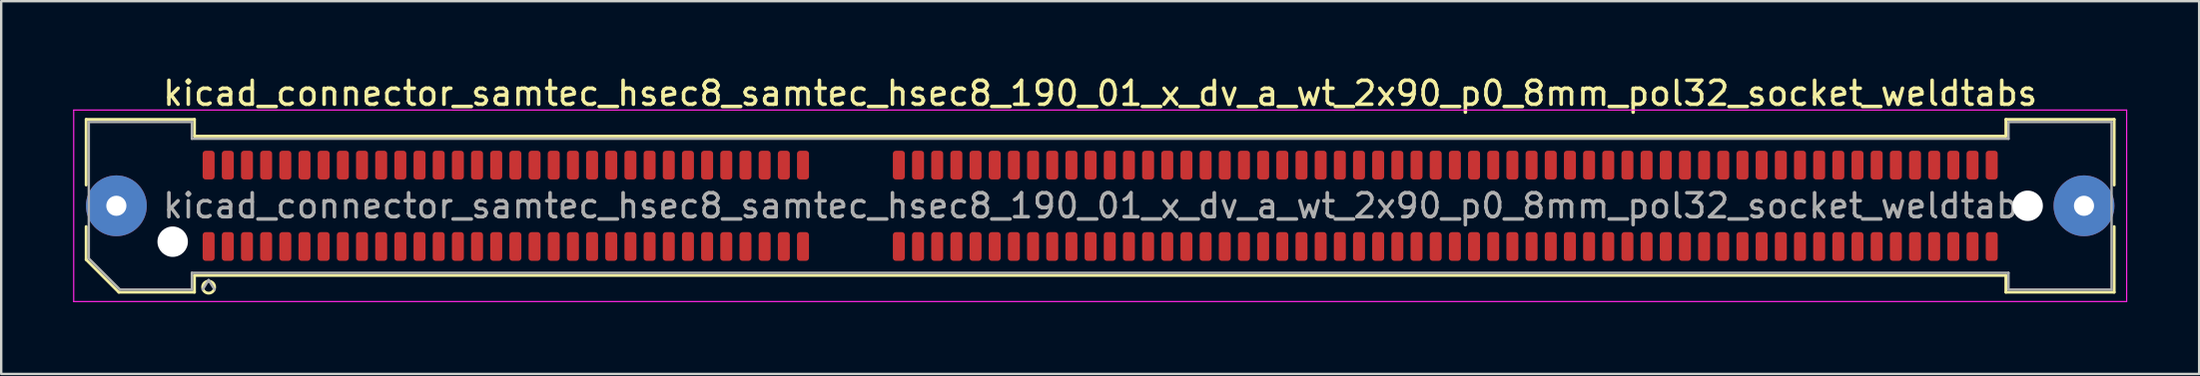
<source format=kicad_pcb>
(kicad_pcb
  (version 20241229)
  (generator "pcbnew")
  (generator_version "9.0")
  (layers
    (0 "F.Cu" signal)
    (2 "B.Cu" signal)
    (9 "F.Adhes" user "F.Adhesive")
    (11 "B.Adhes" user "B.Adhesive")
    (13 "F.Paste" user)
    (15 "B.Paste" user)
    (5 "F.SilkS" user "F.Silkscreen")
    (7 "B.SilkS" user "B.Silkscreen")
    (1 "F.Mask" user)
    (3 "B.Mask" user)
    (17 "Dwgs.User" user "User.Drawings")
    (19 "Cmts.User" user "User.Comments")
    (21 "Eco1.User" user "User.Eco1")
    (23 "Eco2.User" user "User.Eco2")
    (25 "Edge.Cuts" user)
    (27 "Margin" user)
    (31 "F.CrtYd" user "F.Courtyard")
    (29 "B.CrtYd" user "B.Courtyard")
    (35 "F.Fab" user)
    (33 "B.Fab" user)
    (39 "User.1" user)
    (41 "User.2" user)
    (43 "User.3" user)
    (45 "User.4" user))
  (footprint "kicad_connector_samtec_hsec8_samtec_hsec8_190_01_x_dv_a_wt_2x90_p0_8mm_pol32_socket_weldtabs"
    (layer "F.Cu")
    (at 42.855 5.548)
    (property "Reference" "kicad_connector_samtec_hsec8_samtec_hsec8_190_01_x_dv_a_wt_2x90_p0_8mm_pol32_socket_weldtabs" (at 0 -4.7 0) (layer "F.SilkS") (effects (font (size 1 1) (thickness 0.15))))
    (attr smd)
    (fp_line (start -42.31 -3.61) (end -37.79 -3.61) (stroke (width 0.12) (type solid)) (layer "F.SilkS"))
    (fp_line (start -42.31 -0.868) (end -42.31 -3.61) (stroke (width 0.12) (type solid)) (layer "F.SilkS"))
    (fp_line (start -42.31 2.246) (end -42.31 0.868) (stroke (width 0.12) (type solid)) (layer "F.SilkS"))
    (fp_line (start -40.946 3.61) (end -42.31 2.246) (stroke (width 0.12) (type solid)) (layer "F.SilkS"))
    (fp_line (start -37.79 -3.61) (end -37.79 -2.91) (stroke (width 0.12) (type solid)) (layer "F.SilkS"))
    (fp_line (start -37.79 -2.91) (end 37.79 -2.91) (stroke (width 0.12) (type solid)) (layer "F.SilkS"))
    (fp_line (start -37.79 2.91) (end -37.79 3.61) (stroke (width 0.12) (type solid)) (layer "F.SilkS"))
    (fp_line (start -37.79 3.61) (end -40.946 3.61) (stroke (width 0.12) (type solid)) (layer "F.SilkS"))
    (fp_line (start 37.79 -3.61) (end 42.31 -3.61) (stroke (width 0.12) (type solid)) (layer "F.SilkS"))
    (fp_line (start 37.79 -2.91) (end 37.79 -3.61) (stroke (width 0.12) (type solid)) (layer "F.SilkS"))
    (fp_line (start 37.79 2.91) (end -37.79 2.91) (stroke (width 0.12) (type solid)) (layer "F.SilkS"))
    (fp_line (start 37.79 3.61) (end 37.79 2.91) (stroke (width 0.12) (type solid)) (layer "F.SilkS"))
    (fp_line (start 42.31 -3.61) (end 42.31 -0.868) (stroke (width 0.12) (type solid)) (layer "F.SilkS"))
    (fp_line (start 42.31 0.868) (end 42.31 3.61) (stroke (width 0.12) (type solid)) (layer "F.SilkS"))
    (fp_line (start 42.31 3.61) (end 37.79 3.61) (stroke (width 0.12) (type solid)) (layer "F.SilkS"))
    (fp_arc (start -36.95 3.4) (mid -37.45 3.4) (end -36.95 3.4) (stroke (width 0.12) (type solid)) (layer "F.SilkS"))
    (fp_line (start -42.83 -4) (end -42.83 4) (stroke (width 0.05) (type solid)) (layer "F.CrtYd"))
    (fp_line (start -42.83 4) (end 42.83 4) (stroke (width 0.05) (type solid)) (layer "F.CrtYd"))
    (fp_line (start 42.83 -4) (end -42.83 -4) (stroke (width 0.05) (type solid)) (layer "F.CrtYd"))
    (fp_line (start 42.83 4) (end 42.83 -4) (stroke (width 0.05) (type solid)) (layer "F.CrtYd"))
    (fp_line (start -42.2 -3.5) (end -37.9 -3.5) (stroke (width 0.1) (type solid)) (layer "F.Fab"))
    (fp_line (start -42.2 2.2) (end -42.2 -3.5) (stroke (width 0.1) (type solid)) (layer "F.Fab"))
    (fp_line (start -40.9 3.5) (end -42.2 2.2) (stroke (width 0.1) (type solid)) (layer "F.Fab"))
    (fp_line (start -37.9 -3.5) (end -37.9 -2.8) (stroke (width 0.1) (type solid)) (layer "F.Fab"))
    (fp_line (start -37.9 -2.8) (end 37.9 -2.8) (stroke (width 0.1) (type solid)) (layer "F.Fab"))
    (fp_line (start -37.9 2.8) (end -37.9 3.5) (stroke (width 0.1) (type solid)) (layer "F.Fab"))
    (fp_line (start -37.9 3.5) (end -40.9 3.5) (stroke (width 0.1) (type solid)) (layer "F.Fab"))
    (fp_line (start -37.2 3.1) (end -37.45 3.5) (stroke (width 0.1) (type solid)) (layer "F.Fab"))
    (fp_line (start -37.2 3.1) (end -36.95 3.5) (stroke (width 0.1) (type solid)) (layer "F.Fab"))
    (fp_line (start 37.9 -3.5) (end 42.2 -3.5) (stroke (width 0.1) (type solid)) (layer "F.Fab"))
    (fp_line (start 37.9 -2.8) (end 37.9 -3.5) (stroke (width 0.1) (type solid)) (layer "F.Fab"))
    (fp_line (start 37.9 2.8) (end -37.9 2.8) (stroke (width 0.1) (type solid)) (layer "F.Fab"))
    (fp_line (start 37.9 3.5) (end 37.9 2.8) (stroke (width 0.1) (type solid)) (layer "F.Fab"))
    (fp_line (start 42.2 -3.5) (end 42.2 3.5) (stroke (width 0.1) (type solid)) (layer "F.Fab"))
    (fp_line (start 42.2 3.5) (end 37.9 3.5) (stroke (width 0.1) (type solid)) (layer "F.Fab"))
    (fp_text user "${REFERENCE}" (at 0 0 0) (layer "F.Fab") (effects (font (size 1 1) (thickness 0.15))))
    (pad "" thru_hole circle (at -41.05 0) (size 2.54 2.54) (drill 0.84) (layers "*.Cu" "*.Mask" "F.Paste"))
    (pad "" np_thru_hole circle (at -38.7 1.5) (size 1.27 1.27) (drill 1.27) (layers "*.Cu" "*.Mask"))
    (pad "" np_thru_hole circle (at 38.7 0) (size 1.27 1.27) (drill 1.27) (layers "*.Cu" "*.Mask"))
    (pad "" thru_hole circle (at 41.05 0) (size 2.54 2.54) (drill 0.84) (layers "*.Cu" "*.Mask" "F.Paste"))
    (pad "1" smd roundrect (at -37.2 1.7) (size 0.5 1.2) (layers "F.Cu" "F.Mask" "F.Paste") (roundrect_rratio 0.25))
    (pad "2" smd roundrect (at -37.2 -1.7) (size 0.5 1.2) (layers "F.Cu" "F.Mask" "F.Paste") (roundrect_rratio 0.25))
    (pad "3" smd roundrect (at -36.4 1.7) (size 0.5 1.2) (layers "F.Cu" "F.Mask" "F.Paste") (roundrect_rratio 0.25))
    (pad "4" smd roundrect (at -36.4 -1.7) (size 0.5 1.2) (layers "F.Cu" "F.Mask" "F.Paste") (roundrect_rratio 0.25))
    (pad "5" smd roundrect (at -35.6 1.7) (size 0.5 1.2) (layers "F.Cu" "F.Mask" "F.Paste") (roundrect_rratio 0.25))
    (pad "6" smd roundrect (at -35.6 -1.7) (size 0.5 1.2) (layers "F.Cu" "F.Mask" "F.Paste") (roundrect_rratio 0.25))
    (pad "7" smd roundrect (at -34.8 1.7) (size 0.5 1.2) (layers "F.Cu" "F.Mask" "F.Paste") (roundrect_rratio 0.25))
    (pad "8" smd roundrect (at -34.8 -1.7) (size 0.5 1.2) (layers "F.Cu" "F.Mask" "F.Paste") (roundrect_rratio 0.25))
    (pad "9" smd roundrect (at -34 1.7) (size 0.5 1.2) (layers "F.Cu" "F.Mask" "F.Paste") (roundrect_rratio 0.25))
    (pad "10" smd roundrect (at -34 -1.7) (size 0.5 1.2) (layers "F.Cu" "F.Mask" "F.Paste") (roundrect_rratio 0.25))
    (pad "11" smd roundrect (at -33.2 1.7) (size 0.5 1.2) (layers "F.Cu" "F.Mask" "F.Paste") (roundrect_rratio 0.25))
    (pad "12" smd roundrect (at -33.2 -1.7) (size 0.5 1.2) (layers "F.Cu" "F.Mask" "F.Paste") (roundrect_rratio 0.25))
    (pad "13" smd roundrect (at -32.4 1.7) (size 0.5 1.2) (layers "F.Cu" "F.Mask" "F.Paste") (roundrect_rratio 0.25))
    (pad "14" smd roundrect (at -32.4 -1.7) (size 0.5 1.2) (layers "F.Cu" "F.Mask" "F.Paste") (roundrect_rratio 0.25))
    (pad "15" smd roundrect (at -31.6 1.7) (size 0.5 1.2) (layers "F.Cu" "F.Mask" "F.Paste") (roundrect_rratio 0.25))
    (pad "16" smd roundrect (at -31.6 -1.7) (size 0.5 1.2) (layers "F.Cu" "F.Mask" "F.Paste") (roundrect_rratio 0.25))
    (pad "17" smd roundrect (at -30.8 1.7) (size 0.5 1.2) (layers "F.Cu" "F.Mask" "F.Paste") (roundrect_rratio 0.25))
    (pad "18" smd roundrect (at -30.8 -1.7) (size 0.5 1.2) (layers "F.Cu" "F.Mask" "F.Paste") (roundrect_rratio 0.25))
    (pad "19" smd roundrect (at -30 1.7) (size 0.5 1.2) (layers "F.Cu" "F.Mask" "F.Paste") (roundrect_rratio 0.25))
    (pad "20" smd roundrect (at -30 -1.7) (size 0.5 1.2) (layers "F.Cu" "F.Mask" "F.Paste") (roundrect_rratio 0.25))
    (pad "21" smd roundrect (at -29.2 1.7) (size 0.5 1.2) (layers "F.Cu" "F.Mask" "F.Paste") (roundrect_rratio 0.25))
    (pad "22" smd roundrect (at -29.2 -1.7) (size 0.5 1.2) (layers "F.Cu" "F.Mask" "F.Paste") (roundrect_rratio 0.25))
    (pad "23" smd roundrect (at -28.4 1.7) (size 0.5 1.2) (layers "F.Cu" "F.Mask" "F.Paste") (roundrect_rratio 0.25))
    (pad "24" smd roundrect (at -28.4 -1.7) (size 0.5 1.2) (layers "F.Cu" "F.Mask" "F.Paste") (roundrect_rratio 0.25))
    (pad "25" smd roundrect (at -27.6 1.7) (size 0.5 1.2) (layers "F.Cu" "F.Mask" "F.Paste") (roundrect_rratio 0.25))
    (pad "26" smd roundrect (at -27.6 -1.7) (size 0.5 1.2) (layers "F.Cu" "F.Mask" "F.Paste") (roundrect_rratio 0.25))
    (pad "27" smd roundrect (at -26.8 1.7) (size 0.5 1.2) (layers "F.Cu" "F.Mask" "F.Paste") (roundrect_rratio 0.25))
    (pad "28" smd roundrect (at -26.8 -1.7) (size 0.5 1.2) (layers "F.Cu" "F.Mask" "F.Paste") (roundrect_rratio 0.25))
    (pad "29" smd roundrect (at -26 1.7) (size 0.5 1.2) (layers "F.Cu" "F.Mask" "F.Paste") (roundrect_rratio 0.25))
    (pad "30" smd roundrect (at -26 -1.7) (size 0.5 1.2) (layers "F.Cu" "F.Mask" "F.Paste") (roundrect_rratio 0.25))
    (pad "31" smd roundrect (at -25.2 1.7) (size 0.5 1.2) (layers "F.Cu" "F.Mask" "F.Paste") (roundrect_rratio 0.25))
    (pad "32" smd roundrect (at -25.2 -1.7) (size 0.5 1.2) (layers "F.Cu" "F.Mask" "F.Paste") (roundrect_rratio 0.25))
    (pad "33" smd roundrect (at -24.4 1.7) (size 0.5 1.2) (layers "F.Cu" "F.Mask" "F.Paste") (roundrect_rratio 0.25))
    (pad "34" smd roundrect (at -24.4 -1.7) (size 0.5 1.2) (layers "F.Cu" "F.Mask" "F.Paste") (roundrect_rratio 0.25))
    (pad "35" smd roundrect (at -23.6 1.7) (size 0.5 1.2) (layers "F.Cu" "F.Mask" "F.Paste") (roundrect_rratio 0.25))
    (pad "36" smd roundrect (at -23.6 -1.7) (size 0.5 1.2) (layers "F.Cu" "F.Mask" "F.Paste") (roundrect_rratio 0.25))
    (pad "37" smd roundrect (at -22.8 1.7) (size 0.5 1.2) (layers "F.Cu" "F.Mask" "F.Paste") (roundrect_rratio 0.25))
    (pad "38" smd roundrect (at -22.8 -1.7) (size 0.5 1.2) (layers "F.Cu" "F.Mask" "F.Paste") (roundrect_rratio 0.25))
    (pad "39" smd roundrect (at -22 1.7) (size 0.5 1.2) (layers "F.Cu" "F.Mask" "F.Paste") (roundrect_rratio 0.25))
    (pad "40" smd roundrect (at -22 -1.7) (size 0.5 1.2) (layers "F.Cu" "F.Mask" "F.Paste") (roundrect_rratio 0.25))
    (pad "41" smd roundrect (at -21.2 1.7) (size 0.5 1.2) (layers "F.Cu" "F.Mask" "F.Paste") (roundrect_rratio 0.25))
    (pad "42" smd roundrect (at -21.2 -1.7) (size 0.5 1.2) (layers "F.Cu" "F.Mask" "F.Paste") (roundrect_rratio 0.25))
    (pad "43" smd roundrect (at -20.4 1.7) (size 0.5 1.2) (layers "F.Cu" "F.Mask" "F.Paste") (roundrect_rratio 0.25))
    (pad "44" smd roundrect (at -20.4 -1.7) (size 0.5 1.2) (layers "F.Cu" "F.Mask" "F.Paste") (roundrect_rratio 0.25))
    (pad "45" smd roundrect (at -19.6 1.7) (size 0.5 1.2) (layers "F.Cu" "F.Mask" "F.Paste") (roundrect_rratio 0.25))
    (pad "46" smd roundrect (at -19.6 -1.7) (size 0.5 1.2) (layers "F.Cu" "F.Mask" "F.Paste") (roundrect_rratio 0.25))
    (pad "47" smd roundrect (at -18.8 1.7) (size 0.5 1.2) (layers "F.Cu" "F.Mask" "F.Paste") (roundrect_rratio 0.25))
    (pad "48" smd roundrect (at -18.8 -1.7) (size 0.5 1.2) (layers "F.Cu" "F.Mask" "F.Paste") (roundrect_rratio 0.25))
    (pad "49" smd roundrect (at -18 1.7) (size 0.5 1.2) (layers "F.Cu" "F.Mask" "F.Paste") (roundrect_rratio 0.25))
    (pad "50" smd roundrect (at -18 -1.7) (size 0.5 1.2) (layers "F.Cu" "F.Mask" "F.Paste") (roundrect_rratio 0.25))
    (pad "51" smd roundrect (at -17.2 1.7) (size 0.5 1.2) (layers "F.Cu" "F.Mask" "F.Paste") (roundrect_rratio 0.25))
    (pad "52" smd roundrect (at -17.2 -1.7) (size 0.5 1.2) (layers "F.Cu" "F.Mask" "F.Paste") (roundrect_rratio 0.25))
    (pad "53" smd roundrect (at -16.4 1.7) (size 0.5 1.2) (layers "F.Cu" "F.Mask" "F.Paste") (roundrect_rratio 0.25))
    (pad "54" smd roundrect (at -16.4 -1.7) (size 0.5 1.2) (layers "F.Cu" "F.Mask" "F.Paste") (roundrect_rratio 0.25))
    (pad "55" smd roundrect (at -15.6 1.7) (size 0.5 1.2) (layers "F.Cu" "F.Mask" "F.Paste") (roundrect_rratio 0.25))
    (pad "56" smd roundrect (at -15.6 -1.7) (size 0.5 1.2) (layers "F.Cu" "F.Mask" "F.Paste") (roundrect_rratio 0.25))
    (pad "57" smd roundrect (at -14.8 1.7) (size 0.5 1.2) (layers "F.Cu" "F.Mask" "F.Paste") (roundrect_rratio 0.25))
    (pad "58" smd roundrect (at -14.8 -1.7) (size 0.5 1.2) (layers "F.Cu" "F.Mask" "F.Paste") (roundrect_rratio 0.25))
    (pad "59" smd roundrect (at -14 1.7) (size 0.5 1.2) (layers "F.Cu" "F.Mask" "F.Paste") (roundrect_rratio 0.25))
    (pad "60" smd roundrect (at -14 -1.7) (size 0.5 1.2) (layers "F.Cu" "F.Mask" "F.Paste") (roundrect_rratio 0.25))
    (pad "61" smd roundrect (at -13.2 1.7) (size 0.5 1.2) (layers "F.Cu" "F.Mask" "F.Paste") (roundrect_rratio 0.25))
    (pad "62" smd roundrect (at -13.2 -1.7) (size 0.5 1.2) (layers "F.Cu" "F.Mask" "F.Paste") (roundrect_rratio 0.25))
    (pad "63" smd roundrect (at -12.4 1.7) (size 0.5 1.2) (layers "F.Cu" "F.Mask" "F.Paste") (roundrect_rratio 0.25))
    (pad "64" smd roundrect (at -12.4 -1.7) (size 0.5 1.2) (layers "F.Cu" "F.Mask" "F.Paste") (roundrect_rratio 0.25))
    (pad "65" smd roundrect (at -8.4 1.7) (size 0.5 1.2) (layers "F.Cu" "F.Mask" "F.Paste") (roundrect_rratio 0.25))
    (pad "66" smd roundrect (at -8.4 -1.7) (size 0.5 1.2) (layers "F.Cu" "F.Mask" "F.Paste") (roundrect_rratio 0.25))
    (pad "67" smd roundrect (at -7.6 1.7) (size 0.5 1.2) (layers "F.Cu" "F.Mask" "F.Paste") (roundrect_rratio 0.25))
    (pad "68" smd roundrect (at -7.6 -1.7) (size 0.5 1.2) (layers "F.Cu" "F.Mask" "F.Paste") (roundrect_rratio 0.25))
    (pad "69" smd roundrect (at -6.8 1.7) (size 0.5 1.2) (layers "F.Cu" "F.Mask" "F.Paste") (roundrect_rratio 0.25))
    (pad "70" smd roundrect (at -6.8 -1.7) (size 0.5 1.2) (layers "F.Cu" "F.Mask" "F.Paste") (roundrect_rratio 0.25))
    (pad "71" smd roundrect (at -6 1.7) (size 0.5 1.2) (layers "F.Cu" "F.Mask" "F.Paste") (roundrect_rratio 0.25))
    (pad "72" smd roundrect (at -6 -1.7) (size 0.5 1.2) (layers "F.Cu" "F.Mask" "F.Paste") (roundrect_rratio 0.25))
    (pad "73" smd roundrect (at -5.2 1.7) (size 0.5 1.2) (layers "F.Cu" "F.Mask" "F.Paste") (roundrect_rratio 0.25))
    (pad "74" smd roundrect (at -5.2 -1.7) (size 0.5 1.2) (layers "F.Cu" "F.Mask" "F.Paste") (roundrect_rratio 0.25))
    (pad "75" smd roundrect (at -4.4 1.7) (size 0.5 1.2) (layers "F.Cu" "F.Mask" "F.Paste") (roundrect_rratio 0.25))
    (pad "76" smd roundrect (at -4.4 -1.7) (size 0.5 1.2) (layers "F.Cu" "F.Mask" "F.Paste") (roundrect_rratio 0.25))
    (pad "77" smd roundrect (at -3.6 1.7) (size 0.5 1.2) (layers "F.Cu" "F.Mask" "F.Paste") (roundrect_rratio 0.25))
    (pad "78" smd roundrect (at -3.6 -1.7) (size 0.5 1.2) (layers "F.Cu" "F.Mask" "F.Paste") (roundrect_rratio 0.25))
    (pad "79" smd roundrect (at -2.8 1.7) (size 0.5 1.2) (layers "F.Cu" "F.Mask" "F.Paste") (roundrect_rratio 0.25))
    (pad "80" smd roundrect (at -2.8 -1.7) (size 0.5 1.2) (layers "F.Cu" "F.Mask" "F.Paste") (roundrect_rratio 0.25))
    (pad "81" smd roundrect (at -2 1.7) (size 0.5 1.2) (layers "F.Cu" "F.Mask" "F.Paste") (roundrect_rratio 0.25))
    (pad "82" smd roundrect (at -2 -1.7) (size 0.5 1.2) (layers "F.Cu" "F.Mask" "F.Paste") (roundrect_rratio 0.25))
    (pad "83" smd roundrect (at -1.2 1.7) (size 0.5 1.2) (layers "F.Cu" "F.Mask" "F.Paste") (roundrect_rratio 0.25))
    (pad "84" smd roundrect (at -1.2 -1.7) (size 0.5 1.2) (layers "F.Cu" "F.Mask" "F.Paste") (roundrect_rratio 0.25))
    (pad "85" smd roundrect (at -0.4 1.7) (size 0.5 1.2) (layers "F.Cu" "F.Mask" "F.Paste") (roundrect_rratio 0.25))
    (pad "86" smd roundrect (at -0.4 -1.7) (size 0.5 1.2) (layers "F.Cu" "F.Mask" "F.Paste") (roundrect_rratio 0.25))
    (pad "87" smd roundrect (at 0.4 1.7) (size 0.5 1.2) (layers "F.Cu" "F.Mask" "F.Paste") (roundrect_rratio 0.25))
    (pad "88" smd roundrect (at 0.4 -1.7) (size 0.5 1.2) (layers "F.Cu" "F.Mask" "F.Paste") (roundrect_rratio 0.25))
    (pad "89" smd roundrect (at 1.2 1.7) (size 0.5 1.2) (layers "F.Cu" "F.Mask" "F.Paste") (roundrect_rratio 0.25))
    (pad "90" smd roundrect (at 1.2 -1.7) (size 0.5 1.2) (layers "F.Cu" "F.Mask" "F.Paste") (roundrect_rratio 0.25))
    (pad "91" smd roundrect (at 2 1.7) (size 0.5 1.2) (layers "F.Cu" "F.Mask" "F.Paste") (roundrect_rratio 0.25))
    (pad "92" smd roundrect (at 2 -1.7) (size 0.5 1.2) (layers "F.Cu" "F.Mask" "F.Paste") (roundrect_rratio 0.25))
    (pad "93" smd roundrect (at 2.8 1.7) (size 0.5 1.2) (layers "F.Cu" "F.Mask" "F.Paste") (roundrect_rratio 0.25))
    (pad "94" smd roundrect (at 2.8 -1.7) (size 0.5 1.2) (layers "F.Cu" "F.Mask" "F.Paste") (roundrect_rratio 0.25))
    (pad "95" smd roundrect (at 3.6 1.7) (size 0.5 1.2) (layers "F.Cu" "F.Mask" "F.Paste") (roundrect_rratio 0.25))
    (pad "96" smd roundrect (at 3.6 -1.7) (size 0.5 1.2) (layers "F.Cu" "F.Mask" "F.Paste") (roundrect_rratio 0.25))
    (pad "97" smd roundrect (at 4.4 1.7) (size 0.5 1.2) (layers "F.Cu" "F.Mask" "F.Paste") (roundrect_rratio 0.25))
    (pad "98" smd roundrect (at 4.4 -1.7) (size 0.5 1.2) (layers "F.Cu" "F.Mask" "F.Paste") (roundrect_rratio 0.25))
    (pad "99" smd roundrect (at 5.2 1.7) (size 0.5 1.2) (layers "F.Cu" "F.Mask" "F.Paste") (roundrect_rratio 0.25))
    (pad "100" smd roundrect (at 5.2 -1.7) (size 0.5 1.2) (layers "F.Cu" "F.Mask" "F.Paste") (roundrect_rratio 0.25))
    (pad "101" smd roundrect (at 6 1.7) (size 0.5 1.2) (layers "F.Cu" "F.Mask" "F.Paste") (roundrect_rratio 0.25))
    (pad "102" smd roundrect (at 6 -1.7) (size 0.5 1.2) (layers "F.Cu" "F.Mask" "F.Paste") (roundrect_rratio 0.25))
    (pad "103" smd roundrect (at 6.8 1.7) (size 0.5 1.2) (layers "F.Cu" "F.Mask" "F.Paste") (roundrect_rratio 0.25))
    (pad "104" smd roundrect (at 6.8 -1.7) (size 0.5 1.2) (layers "F.Cu" "F.Mask" "F.Paste") (roundrect_rratio 0.25))
    (pad "105" smd roundrect (at 7.6 1.7) (size 0.5 1.2) (layers "F.Cu" "F.Mask" "F.Paste") (roundrect_rratio 0.25))
    (pad "106" smd roundrect (at 7.6 -1.7) (size 0.5 1.2) (layers "F.Cu" "F.Mask" "F.Paste") (roundrect_rratio 0.25))
    (pad "107" smd roundrect (at 8.4 1.7) (size 0.5 1.2) (layers "F.Cu" "F.Mask" "F.Paste") (roundrect_rratio 0.25))
    (pad "108" smd roundrect (at 8.4 -1.7) (size 0.5 1.2) (layers "F.Cu" "F.Mask" "F.Paste") (roundrect_rratio 0.25))
    (pad "109" smd roundrect (at 9.2 1.7) (size 0.5 1.2) (layers "F.Cu" "F.Mask" "F.Paste") (roundrect_rratio 0.25))
    (pad "110" smd roundrect (at 9.2 -1.7) (size 0.5 1.2) (layers "F.Cu" "F.Mask" "F.Paste") (roundrect_rratio 0.25))
    (pad "111" smd roundrect (at 10 1.7) (size 0.5 1.2) (layers "F.Cu" "F.Mask" "F.Paste") (roundrect_rratio 0.25))
    (pad "112" smd roundrect (at 10 -1.7) (size 0.5 1.2) (layers "F.Cu" "F.Mask" "F.Paste") (roundrect_rratio 0.25))
    (pad "113" smd roundrect (at 10.8 1.7) (size 0.5 1.2) (layers "F.Cu" "F.Mask" "F.Paste") (roundrect_rratio 0.25))
    (pad "114" smd roundrect (at 10.8 -1.7) (size 0.5 1.2) (layers "F.Cu" "F.Mask" "F.Paste") (roundrect_rratio 0.25))
    (pad "115" smd roundrect (at 11.6 1.7) (size 0.5 1.2) (layers "F.Cu" "F.Mask" "F.Paste") (roundrect_rratio 0.25))
    (pad "116" smd roundrect (at 11.6 -1.7) (size 0.5 1.2) (layers "F.Cu" "F.Mask" "F.Paste") (roundrect_rratio 0.25))
    (pad "117" smd roundrect (at 12.4 1.7) (size 0.5 1.2) (layers "F.Cu" "F.Mask" "F.Paste") (roundrect_rratio 0.25))
    (pad "118" smd roundrect (at 12.4 -1.7) (size 0.5 1.2) (layers "F.Cu" "F.Mask" "F.Paste") (roundrect_rratio 0.25))
    (pad "119" smd roundrect (at 13.2 1.7) (size 0.5 1.2) (layers "F.Cu" "F.Mask" "F.Paste") (roundrect_rratio 0.25))
    (pad "120" smd roundrect (at 13.2 -1.7) (size 0.5 1.2) (layers "F.Cu" "F.Mask" "F.Paste") (roundrect_rratio 0.25))
    (pad "121" smd roundrect (at 14 1.7) (size 0.5 1.2) (layers "F.Cu" "F.Mask" "F.Paste") (roundrect_rratio 0.25))
    (pad "122" smd roundrect (at 14 -1.7) (size 0.5 1.2) (layers "F.Cu" "F.Mask" "F.Paste") (roundrect_rratio 0.25))
    (pad "123" smd roundrect (at 14.8 1.7) (size 0.5 1.2) (layers "F.Cu" "F.Mask" "F.Paste") (roundrect_rratio 0.25))
    (pad "124" smd roundrect (at 14.8 -1.7) (size 0.5 1.2) (layers "F.Cu" "F.Mask" "F.Paste") (roundrect_rratio 0.25))
    (pad "125" smd roundrect (at 15.6 1.7) (size 0.5 1.2) (layers "F.Cu" "F.Mask" "F.Paste") (roundrect_rratio 0.25))
    (pad "126" smd roundrect (at 15.6 -1.7) (size 0.5 1.2) (layers "F.Cu" "F.Mask" "F.Paste") (roundrect_rratio 0.25))
    (pad "127" smd roundrect (at 16.4 1.7) (size 0.5 1.2) (layers "F.Cu" "F.Mask" "F.Paste") (roundrect_rratio 0.25))
    (pad "128" smd roundrect (at 16.4 -1.7) (size 0.5 1.2) (layers "F.Cu" "F.Mask" "F.Paste") (roundrect_rratio 0.25))
    (pad "129" smd roundrect (at 17.2 1.7) (size 0.5 1.2) (layers "F.Cu" "F.Mask" "F.Paste") (roundrect_rratio 0.25))
    (pad "130" smd roundrect (at 17.2 -1.7) (size 0.5 1.2) (layers "F.Cu" "F.Mask" "F.Paste") (roundrect_rratio 0.25))
    (pad "131" smd roundrect (at 18 1.7) (size 0.5 1.2) (layers "F.Cu" "F.Mask" "F.Paste") (roundrect_rratio 0.25))
    (pad "132" smd roundrect (at 18 -1.7) (size 0.5 1.2) (layers "F.Cu" "F.Mask" "F.Paste") (roundrect_rratio 0.25))
    (pad "133" smd roundrect (at 18.8 1.7) (size 0.5 1.2) (layers "F.Cu" "F.Mask" "F.Paste") (roundrect_rratio 0.25))
    (pad "134" smd roundrect (at 18.8 -1.7) (size 0.5 1.2) (layers "F.Cu" "F.Mask" "F.Paste") (roundrect_rratio 0.25))
    (pad "135" smd roundrect (at 19.6 1.7) (size 0.5 1.2) (layers "F.Cu" "F.Mask" "F.Paste") (roundrect_rratio 0.25))
    (pad "136" smd roundrect (at 19.6 -1.7) (size 0.5 1.2) (layers "F.Cu" "F.Mask" "F.Paste") (roundrect_rratio 0.25))
    (pad "137" smd roundrect (at 20.4 1.7) (size 0.5 1.2) (layers "F.Cu" "F.Mask" "F.Paste") (roundrect_rratio 0.25))
    (pad "138" smd roundrect (at 20.4 -1.7) (size 0.5 1.2) (layers "F.Cu" "F.Mask" "F.Paste") (roundrect_rratio 0.25))
    (pad "139" smd roundrect (at 21.2 1.7) (size 0.5 1.2) (layers "F.Cu" "F.Mask" "F.Paste") (roundrect_rratio 0.25))
    (pad "140" smd roundrect (at 21.2 -1.7) (size 0.5 1.2) (layers "F.Cu" "F.Mask" "F.Paste") (roundrect_rratio 0.25))
    (pad "141" smd roundrect (at 22 1.7) (size 0.5 1.2) (layers "F.Cu" "F.Mask" "F.Paste") (roundrect_rratio 0.25))
    (pad "142" smd roundrect (at 22 -1.7) (size 0.5 1.2) (layers "F.Cu" "F.Mask" "F.Paste") (roundrect_rratio 0.25))
    (pad "143" smd roundrect (at 22.8 1.7) (size 0.5 1.2) (layers "F.Cu" "F.Mask" "F.Paste") (roundrect_rratio 0.25))
    (pad "144" smd roundrect (at 22.8 -1.7) (size 0.5 1.2) (layers "F.Cu" "F.Mask" "F.Paste") (roundrect_rratio 0.25))
    (pad "145" smd roundrect (at 23.6 1.7) (size 0.5 1.2) (layers "F.Cu" "F.Mask" "F.Paste") (roundrect_rratio 0.25))
    (pad "146" smd roundrect (at 23.6 -1.7) (size 0.5 1.2) (layers "F.Cu" "F.Mask" "F.Paste") (roundrect_rratio 0.25))
    (pad "147" smd roundrect (at 24.4 1.7) (size 0.5 1.2) (layers "F.Cu" "F.Mask" "F.Paste") (roundrect_rratio 0.25))
    (pad "148" smd roundrect (at 24.4 -1.7) (size 0.5 1.2) (layers "F.Cu" "F.Mask" "F.Paste") (roundrect_rratio 0.25))
    (pad "149" smd roundrect (at 25.2 1.7) (size 0.5 1.2) (layers "F.Cu" "F.Mask" "F.Paste") (roundrect_rratio 0.25))
    (pad "150" smd roundrect (at 25.2 -1.7) (size 0.5 1.2) (layers "F.Cu" "F.Mask" "F.Paste") (roundrect_rratio 0.25))
    (pad "151" smd roundrect (at 26 1.7) (size 0.5 1.2) (layers "F.Cu" "F.Mask" "F.Paste") (roundrect_rratio 0.25))
    (pad "152" smd roundrect (at 26 -1.7) (size 0.5 1.2) (layers "F.Cu" "F.Mask" "F.Paste") (roundrect_rratio 0.25))
    (pad "153" smd roundrect (at 26.8 1.7) (size 0.5 1.2) (layers "F.Cu" "F.Mask" "F.Paste") (roundrect_rratio 0.25))
    (pad "154" smd roundrect (at 26.8 -1.7) (size 0.5 1.2) (layers "F.Cu" "F.Mask" "F.Paste") (roundrect_rratio 0.25))
    (pad "155" smd roundrect (at 27.6 1.7) (size 0.5 1.2) (layers "F.Cu" "F.Mask" "F.Paste") (roundrect_rratio 0.25))
    (pad "156" smd roundrect (at 27.6 -1.7) (size 0.5 1.2) (layers "F.Cu" "F.Mask" "F.Paste") (roundrect_rratio 0.25))
    (pad "157" smd roundrect (at 28.4 1.7) (size 0.5 1.2) (layers "F.Cu" "F.Mask" "F.Paste") (roundrect_rratio 0.25))
    (pad "158" smd roundrect (at 28.4 -1.7) (size 0.5 1.2) (layers "F.Cu" "F.Mask" "F.Paste") (roundrect_rratio 0.25))
    (pad "159" smd roundrect (at 29.2 1.7) (size 0.5 1.2) (layers "F.Cu" "F.Mask" "F.Paste") (roundrect_rratio 0.25))
    (pad "160" smd roundrect (at 29.2 -1.7) (size 0.5 1.2) (layers "F.Cu" "F.Mask" "F.Paste") (roundrect_rratio 0.25))
    (pad "161" smd roundrect (at 30 1.7) (size 0.5 1.2) (layers "F.Cu" "F.Mask" "F.Paste") (roundrect_rratio 0.25))
    (pad "162" smd roundrect (at 30 -1.7) (size 0.5 1.2) (layers "F.Cu" "F.Mask" "F.Paste") (roundrect_rratio 0.25))
    (pad "163" smd roundrect (at 30.8 1.7) (size 0.5 1.2) (layers "F.Cu" "F.Mask" "F.Paste") (roundrect_rratio 0.25))
    (pad "164" smd roundrect (at 30.8 -1.7) (size 0.5 1.2) (layers "F.Cu" "F.Mask" "F.Paste") (roundrect_rratio 0.25))
    (pad "165" smd roundrect (at 31.6 1.7) (size 0.5 1.2) (layers "F.Cu" "F.Mask" "F.Paste") (roundrect_rratio 0.25))
    (pad "166" smd roundrect (at 31.6 -1.7) (size 0.5 1.2) (layers "F.Cu" "F.Mask" "F.Paste") (roundrect_rratio 0.25))
    (pad "167" smd roundrect (at 32.4 1.7) (size 0.5 1.2) (layers "F.Cu" "F.Mask" "F.Paste") (roundrect_rratio 0.25))
    (pad "168" smd roundrect (at 32.4 -1.7) (size 0.5 1.2) (layers "F.Cu" "F.Mask" "F.Paste") (roundrect_rratio 0.25))
    (pad "169" smd roundrect (at 33.2 1.7) (size 0.5 1.2) (layers "F.Cu" "F.Mask" "F.Paste") (roundrect_rratio 0.25))
    (pad "170" smd roundrect (at 33.2 -1.7) (size 0.5 1.2) (layers "F.Cu" "F.Mask" "F.Paste") (roundrect_rratio 0.25))
    (pad "171" smd roundrect (at 34 1.7) (size 0.5 1.2) (layers "F.Cu" "F.Mask" "F.Paste") (roundrect_rratio 0.25))
    (pad "172" smd roundrect (at 34 -1.7) (size 0.5 1.2) (layers "F.Cu" "F.Mask" "F.Paste") (roundrect_rratio 0.25))
    (pad "173" smd roundrect (at 34.8 1.7) (size 0.5 1.2) (layers "F.Cu" "F.Mask" "F.Paste") (roundrect_rratio 0.25))
    (pad "174" smd roundrect (at 34.8 -1.7) (size 0.5 1.2) (layers "F.Cu" "F.Mask" "F.Paste") (roundrect_rratio 0.25))
    (pad "175" smd roundrect (at 35.6 1.7) (size 0.5 1.2) (layers "F.Cu" "F.Mask" "F.Paste") (roundrect_rratio 0.25))
    (pad "176" smd roundrect (at 35.6 -1.7) (size 0.5 1.2) (layers "F.Cu" "F.Mask" "F.Paste") (roundrect_rratio 0.25))
    (pad "177" smd roundrect (at 36.4 1.7) (size 0.5 1.2) (layers "F.Cu" "F.Mask" "F.Paste") (roundrect_rratio 0.25))
    (pad "178" smd roundrect (at 36.4 -1.7) (size 0.5 1.2) (layers "F.Cu" "F.Mask" "F.Paste") (roundrect_rratio 0.25))
    (pad "179" smd roundrect (at 37.2 1.7) (size 0.5 1.2) (layers "F.Cu" "F.Mask" "F.Paste") (roundrect_rratio 0.25))
    (pad "180" smd roundrect (at 37.2 -1.7) (size 0.5 1.2) (layers "F.Cu" "F.Mask" "F.Paste") (roundrect_rratio 0.25)))
  (gr_rect
    (start -3 -3)
    (end 88.71 12.573)
    (stroke (width 0.1) (type default))
    (fill no)
    (layer "Edge.Cuts")))
</source>
